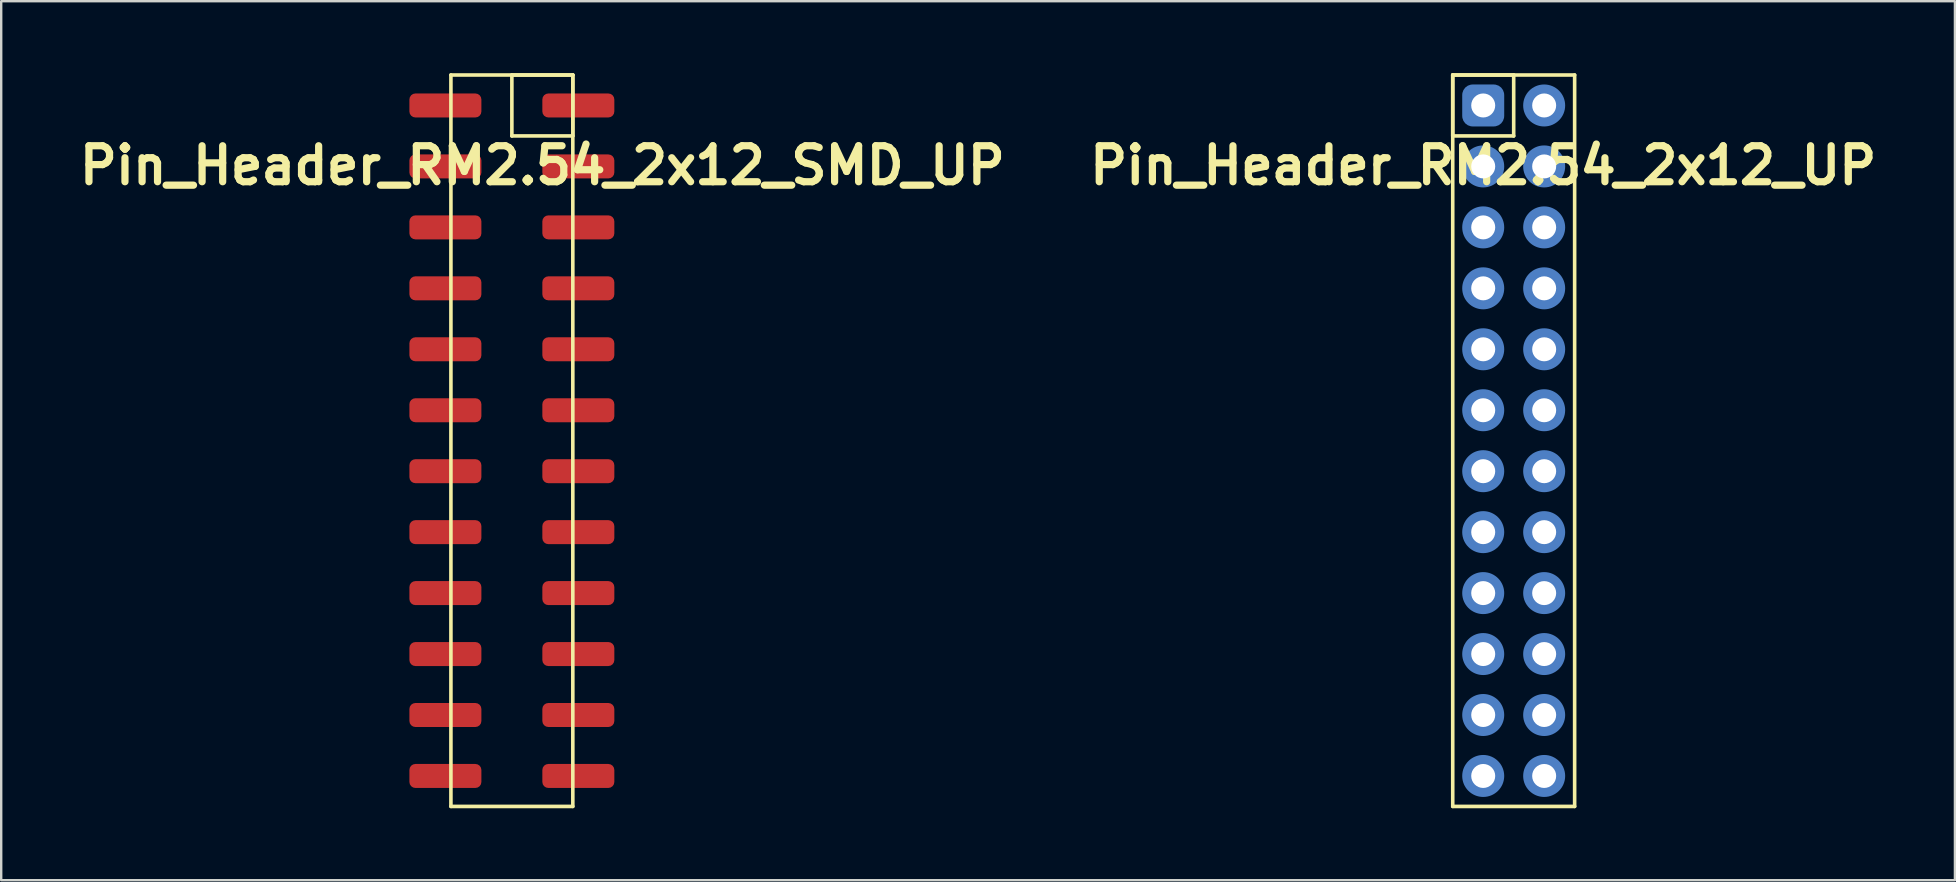
<source format=kicad_pcb>
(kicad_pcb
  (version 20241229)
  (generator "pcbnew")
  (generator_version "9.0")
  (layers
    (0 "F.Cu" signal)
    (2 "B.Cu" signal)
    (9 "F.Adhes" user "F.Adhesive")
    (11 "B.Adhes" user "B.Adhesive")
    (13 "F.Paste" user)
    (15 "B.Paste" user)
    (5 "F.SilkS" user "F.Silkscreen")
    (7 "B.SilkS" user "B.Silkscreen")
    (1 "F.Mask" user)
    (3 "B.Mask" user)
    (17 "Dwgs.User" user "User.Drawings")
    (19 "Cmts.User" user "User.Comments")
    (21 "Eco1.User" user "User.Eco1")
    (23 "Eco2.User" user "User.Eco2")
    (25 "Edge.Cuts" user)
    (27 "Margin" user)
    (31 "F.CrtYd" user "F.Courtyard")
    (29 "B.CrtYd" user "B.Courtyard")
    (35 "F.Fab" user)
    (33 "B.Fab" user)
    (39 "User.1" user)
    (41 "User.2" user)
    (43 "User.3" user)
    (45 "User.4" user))
  (footprint "Pin_Header_RM2.54_2x12_SMD_UP"
    (layer "F.Cu")
    (at 19.55 1.345)
    (property "Reference" "Pin_Header_RM2.54_2x12_SMD_UP" (at 0 2.5 0) (layer "F.SilkS") (effects (font (size 1.5 1.5) (thickness 0.3))))
    (attr through_hole)
    (fp_line (start -3.81 -1.27) (end 1.27 -1.27) (stroke (width 0.15) (type solid)) (layer "F.SilkS"))
    (fp_line (start -3.81 29.21) (end -3.81 -1.27) (stroke (width 0.15) (type solid)) (layer "F.SilkS"))
    (fp_line (start -1.27 -1.27) (end 1.27 -1.27) (stroke (width 0.15) (type solid)) (layer "F.SilkS"))
    (fp_line (start -1.27 1.27) (end -1.27 -1.27) (stroke (width 0.15) (type solid)) (layer "F.SilkS"))
    (fp_line (start 1.27 -1.27) (end 1.27 1.27) (stroke (width 0.15) (type solid)) (layer "F.SilkS"))
    (fp_line (start 1.27 -1.27) (end 1.27 29.21) (stroke (width 0.15) (type solid)) (layer "F.SilkS"))
    (fp_line (start 1.27 1.27) (end -1.27 1.27) (stroke (width 0.15) (type solid)) (layer "F.SilkS"))
    (fp_line (start 1.27 29.21) (end -3.81 29.21) (stroke (width 0.15) (type solid)) (layer "F.SilkS"))
    (pad "1" smd roundrect (at 1.5 0) (size 3 1) (layers "F.Cu" "F.Mask") (roundrect_rratio 0.25))
    (pad "2" smd roundrect (at -4.04 0) (size 3 1) (layers "F.Cu" "F.Mask") (roundrect_rratio 0.25))
    (pad "3" smd roundrect (at 1.5 2.54) (size 3 1) (layers "F.Cu" "F.Mask") (roundrect_rratio 0.25))
    (pad "4" smd roundrect (at -4.04 2.54) (size 3 1) (layers "F.Cu" "F.Mask") (roundrect_rratio 0.25))
    (pad "5" smd roundrect (at 1.5 5.08) (size 3 1) (layers "F.Cu" "F.Mask") (roundrect_rratio 0.25))
    (pad "6" smd roundrect (at -4.04 5.08) (size 3 1) (layers "F.Cu" "F.Mask") (roundrect_rratio 0.25))
    (pad "7" smd roundrect (at 1.5 7.62) (size 3 1) (layers "F.Cu" "F.Mask") (roundrect_rratio 0.25))
    (pad "8" smd roundrect (at -4.04 7.62) (size 3 1) (layers "F.Cu" "F.Mask") (roundrect_rratio 0.25))
    (pad "9" smd roundrect (at 1.5 10.16) (size 3 1) (layers "F.Cu" "F.Mask") (roundrect_rratio 0.25))
    (pad "10" smd roundrect (at -4.04 10.16) (size 3 1) (layers "F.Cu" "F.Mask") (roundrect_rratio 0.25))
    (pad "11" smd roundrect (at 1.5 12.7) (size 3 1) (layers "F.Cu" "F.Mask") (roundrect_rratio 0.25))
    (pad "12" smd roundrect (at -4.04 12.7) (size 3 1) (layers "F.Cu" "F.Mask") (roundrect_rratio 0.25))
    (pad "13" smd roundrect (at 1.5 15.24) (size 3 1) (layers "F.Cu" "F.Mask") (roundrect_rratio 0.25))
    (pad "14" smd roundrect (at -4.04 15.24) (size 3 1) (layers "F.Cu" "F.Mask") (roundrect_rratio 0.25))
    (pad "15" smd roundrect (at 1.5 17.78) (size 3 1) (layers "F.Cu" "F.Mask") (roundrect_rratio 0.25))
    (pad "16" smd roundrect (at -4.04 17.78) (size 3 1) (layers "F.Cu" "F.Mask") (roundrect_rratio 0.25))
    (pad "17" smd roundrect (at 1.5 20.32) (size 3 1) (layers "F.Cu" "F.Mask") (roundrect_rratio 0.25))
    (pad "18" smd roundrect (at -4.04 20.32) (size 3 1) (layers "F.Cu" "F.Mask") (roundrect_rratio 0.25))
    (pad "19" smd roundrect (at 1.5 22.86) (size 3 1) (layers "F.Cu" "F.Mask") (roundrect_rratio 0.25))
    (pad "20" smd roundrect (at -4.04 22.86) (size 3 1) (layers "F.Cu" "F.Mask") (roundrect_rratio 0.25))
    (pad "21" smd roundrect (at 1.5 25.4) (size 3 1) (layers "F.Cu" "F.Mask") (roundrect_rratio 0.25))
    (pad "22" smd roundrect (at -4.04 25.4) (size 3 1) (layers "F.Cu" "F.Mask") (roundrect_rratio 0.25))
    (pad "23" smd roundrect (at 1.5 27.94) (size 3 1) (layers "F.Cu" "F.Mask") (roundrect_rratio 0.25))
    (pad "24" smd roundrect (at -4.04 27.94) (size 3 1) (layers "F.Cu" "F.Mask") (roundrect_rratio 0.25)))
  (footprint "Pin_Header_RM2.54_2x12_UP"
    (layer "F.Cu")
    (at 58.757 1.345)
    (property "Reference" "Pin_Header_RM2.54_2x12_UP" (at 0 2.5 0) (layer "F.SilkS") (effects (font (size 1.5 1.5) (thickness 0.3))))
    (attr through_hole)
    (fp_line (start -1.27 -1.27) (end 1.27 -1.27) (stroke (width 0.15) (type solid)) (layer "F.SilkS"))
    (fp_line (start -1.27 -1.27) (end 3.81 -1.27) (stroke (width 0.15) (type solid)) (layer "F.SilkS"))
    (fp_line (start -1.27 1.27) (end -1.27 -1.27) (stroke (width 0.15) (type solid)) (layer "F.SilkS"))
    (fp_line (start -1.27 29.21) (end -1.27 -1.27) (stroke (width 0.15) (type solid)) (layer "F.SilkS"))
    (fp_line (start 1.27 -1.27) (end 1.27 1.27) (stroke (width 0.15) (type solid)) (layer "F.SilkS"))
    (fp_line (start 1.27 1.27) (end -1.27 1.27) (stroke (width 0.15) (type solid)) (layer "F.SilkS"))
    (fp_line (start 3.81 -1.27) (end 3.81 29.21) (stroke (width 0.15) (type solid)) (layer "F.SilkS"))
    (fp_line (start 3.81 29.21) (end -1.27 29.21) (stroke (width 0.15) (type solid)) (layer "F.SilkS"))
    (pad "1" thru_hole circle (at 0 0) (size 1.3 1.3) (drill 1) (layers "*.Cu" "*.Mask"))
    (pad "1" smd roundrect (at 0 0) (size 1.75 1.75) (layers "B.Cu" "B.Mask") (roundrect_rratio 0.25))
    (pad "2" thru_hole circle (at 2.54 0) (size 1.3 1.3) (drill 1) (layers "*.Cu" "*.Mask"))
    (pad "2" smd circle (at 2.54 0) (size 1.75 1.75) (layers "B.Cu" "B.Mask"))
    (pad "3" thru_hole circle (at 0 2.54) (size 1.3 1.3) (drill 1) (layers "*.Cu" "*.Mask"))
    (pad "3" smd circle (at 0 2.54) (size 1.75 1.75) (layers "B.Cu" "B.Mask"))
    (pad "4" thru_hole circle (at 2.54 2.54) (size 1.3 1.3) (drill 1) (layers "*.Cu" "*.Mask"))
    (pad "4" smd circle (at 2.54 2.54) (size 1.75 1.75) (layers "B.Cu" "B.Mask"))
    (pad "5" thru_hole circle (at 0 5.08) (size 1.3 1.3) (drill 1) (layers "*.Cu" "*.Mask"))
    (pad "5" smd circle (at 0 5.08) (size 1.75 1.75) (layers "B.Cu" "B.Mask"))
    (pad "6" thru_hole circle (at 2.54 5.08) (size 1.3 1.3) (drill 1) (layers "*.Cu" "*.Mask"))
    (pad "6" smd circle (at 2.54 5.08) (size 1.75 1.75) (layers "B.Cu" "B.Mask"))
    (pad "7" thru_hole circle (at 0 7.62) (size 1.3 1.3) (drill 1) (layers "*.Cu" "*.Mask"))
    (pad "7" smd circle (at 0 7.62) (size 1.75 1.75) (layers "B.Cu" "B.Mask"))
    (pad "8" thru_hole circle (at 2.54 7.62) (size 1.3 1.3) (drill 1) (layers "*.Cu" "*.Mask"))
    (pad "8" smd circle (at 2.54 7.62) (size 1.75 1.75) (layers "B.Cu" "B.Mask"))
    (pad "9" thru_hole circle (at 0 10.16) (size 1.3 1.3) (drill 1) (layers "*.Cu" "*.Mask"))
    (pad "9" smd circle (at 0 10.16) (size 1.75 1.75) (layers "B.Cu" "B.Mask"))
    (pad "10" thru_hole circle (at 2.54 10.16) (size 1.3 1.3) (drill 1) (layers "*.Cu" "*.Mask"))
    (pad "10" smd circle (at 2.54 10.16) (size 1.75 1.75) (layers "B.Cu" "B.Mask"))
    (pad "11" thru_hole circle (at 0 12.7) (size 1.3 1.3) (drill 1) (layers "*.Cu" "*.Mask"))
    (pad "11" smd circle (at 0 12.7) (size 1.75 1.75) (layers "B.Cu" "B.Mask"))
    (pad "12" thru_hole circle (at 2.54 12.7) (size 1.3 1.3) (drill 1) (layers "*.Cu" "*.Mask"))
    (pad "12" smd circle (at 2.54 12.7) (size 1.75 1.75) (layers "B.Cu" "B.Mask"))
    (pad "13" thru_hole circle (at 0 15.24) (size 1.3 1.3) (drill 1) (layers "*.Cu" "*.Mask"))
    (pad "13" smd circle (at 0 15.24) (size 1.75 1.75) (layers "B.Cu" "B.Mask"))
    (pad "14" thru_hole circle (at 2.54 15.24) (size 1.3 1.3) (drill 1) (layers "*.Cu" "*.Mask"))
    (pad "14" smd circle (at 2.54 15.24) (size 1.75 1.75) (layers "B.Cu" "B.Mask"))
    (pad "15" thru_hole circle (at 0 17.78) (size 1.3 1.3) (drill 1) (layers "*.Cu" "*.Mask"))
    (pad "15" smd circle (at 0 17.78) (size 1.75 1.75) (layers "B.Cu" "B.Mask"))
    (pad "16" thru_hole circle (at 2.54 17.78) (size 1.3 1.3) (drill 1) (layers "*.Cu" "*.Mask"))
    (pad "16" smd circle (at 2.54 17.78) (size 1.75 1.75) (layers "B.Cu" "B.Mask"))
    (pad "17" thru_hole circle (at 0 20.32) (size 1.3 1.3) (drill 1) (layers "*.Cu" "*.Mask"))
    (pad "17" smd circle (at 0 20.32) (size 1.75 1.75) (layers "B.Cu" "B.Mask"))
    (pad "18" thru_hole circle (at 2.54 20.32) (size 1.3 1.3) (drill 1) (layers "*.Cu" "*.Mask"))
    (pad "18" smd circle (at 2.54 20.32) (size 1.75 1.75) (layers "B.Cu" "B.Mask"))
    (pad "19" thru_hole circle (at 0 22.86) (size 1.3 1.3) (drill 1) (layers "*.Cu" "*.Mask"))
    (pad "19" smd circle (at 0 22.86) (size 1.75 1.75) (layers "B.Cu" "B.Mask"))
    (pad "20" thru_hole circle (at 2.54 22.86) (size 1.3 1.3) (drill 1) (layers "*.Cu" "*.Mask"))
    (pad "20" smd circle (at 2.54 22.86) (size 1.75 1.75) (layers "B.Cu" "B.Mask"))
    (pad "21" thru_hole circle (at 0 25.4) (size 1.3 1.3) (drill 1) (layers "*.Cu" "*.Mask"))
    (pad "21" smd circle (at 0 25.4) (size 1.75 1.75) (layers "B.Cu" "B.Mask"))
    (pad "22" thru_hole circle (at 2.54 25.4) (size 1.3 1.3) (drill 1) (layers "*.Cu" "*.Mask"))
    (pad "22" smd circle (at 2.54 25.4) (size 1.75 1.75) (layers "B.Cu" "B.Mask"))
    (pad "23" thru_hole circle (at 0 27.94) (size 1.3 1.3) (drill 1) (layers "*.Cu" "*.Mask"))
    (pad "23" smd circle (at 0 27.94) (size 1.75 1.75) (layers "B.Cu" "B.Mask"))
    (pad "24" thru_hole circle (at 2.54 27.94) (size 1.3 1.3) (drill 1) (layers "*.Cu" "*.Mask"))
    (pad "24" smd circle (at 2.54 27.94) (size 1.75 1.75) (layers "B.Cu" "B.Mask")))
  (gr_rect
    (start -3 -3)
    (end 78.414 33.63)
    (stroke (width 0.1) (type default))
    (fill no)
    (layer "Edge.Cuts")))
</source>
